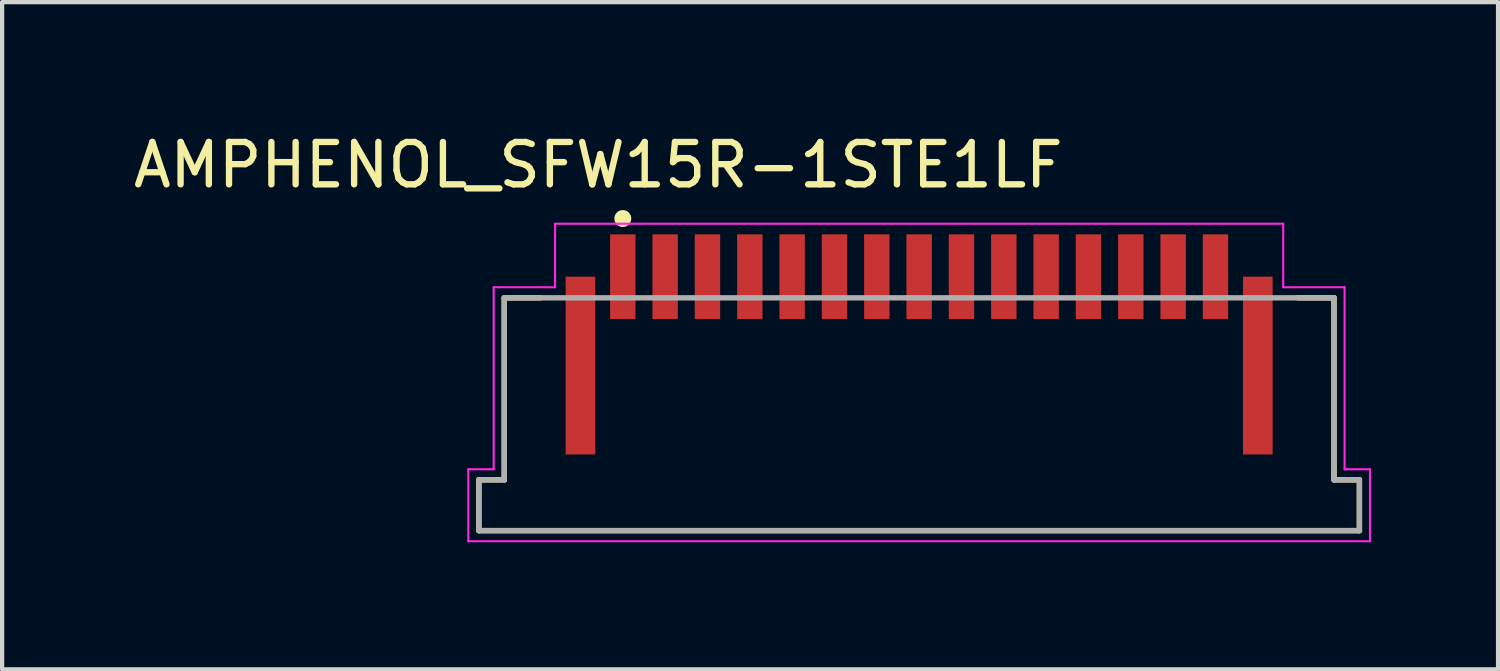
<source format=kicad_pcb>
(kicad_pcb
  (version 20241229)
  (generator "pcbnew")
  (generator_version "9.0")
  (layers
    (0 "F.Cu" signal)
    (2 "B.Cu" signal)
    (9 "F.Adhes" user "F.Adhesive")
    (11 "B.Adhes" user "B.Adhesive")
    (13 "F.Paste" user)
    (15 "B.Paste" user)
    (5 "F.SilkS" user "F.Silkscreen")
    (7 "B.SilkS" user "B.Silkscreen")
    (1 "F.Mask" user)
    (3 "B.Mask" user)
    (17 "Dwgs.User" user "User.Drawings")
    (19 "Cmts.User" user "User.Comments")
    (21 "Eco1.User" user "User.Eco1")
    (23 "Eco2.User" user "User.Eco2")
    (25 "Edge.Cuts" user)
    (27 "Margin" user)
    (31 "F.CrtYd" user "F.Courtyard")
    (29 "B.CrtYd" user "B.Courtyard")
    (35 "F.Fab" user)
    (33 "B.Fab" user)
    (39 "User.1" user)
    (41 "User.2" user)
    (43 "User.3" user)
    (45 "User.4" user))
  (footprint "AMPHENOL_SFW15R-1STE1LF"
    (layer "F.Cu")
    (at 18.662 3.485)
    (property "Reference" "AMPHENOL_SFW15R-1STE1LF" (at -7.579 -2.636 0) (layer "F.SilkS") (effects (font (size 1.001 1.001) (thickness 0.15))))
    (attr through_hole)
    (fp_line (start -10.4 4.8) (end -9.8 4.8) (stroke (width 0.127) (type solid)) (layer "F.SilkS"))
    (fp_line (start -10.4 6) (end -10.4 4.8) (stroke (width 0.127) (type solid)) (layer "F.SilkS"))
    (fp_line (start -9.8 0.5) (end -8.946 0.5) (stroke (width 0.127) (type solid)) (layer "F.SilkS"))
    (fp_line (start -9.8 4.8) (end -9.8 0.5) (stroke (width 0.127) (type solid)) (layer "F.SilkS"))
    (fp_line (start 9.8 0.5) (end 8.946 0.5) (stroke (width 0.127) (type solid)) (layer "F.SilkS"))
    (fp_line (start 9.8 0.5) (end 9.8 4.8) (stroke (width 0.127) (type solid)) (layer "F.SilkS"))
    (fp_line (start 9.8 4.8) (end 10.4 4.8) (stroke (width 0.127) (type solid)) (layer "F.SilkS"))
    (fp_line (start 10.4 4.8) (end 10.4 6) (stroke (width 0.127) (type solid)) (layer "F.SilkS"))
    (fp_line (start 10.4 6) (end -10.4 6) (stroke (width 0.127) (type solid)) (layer "F.SilkS"))
    (fp_circle (center -7 -1.373) (end -6.9 -1.373) (stroke (width 0.2) (type solid)) (fill no) (layer "F.SilkS"))
    (fp_line (start -10.65 4.55) (end -10.05 4.55) (stroke (width 0.05) (type solid)) (layer "F.CrtYd"))
    (fp_line (start -10.65 6.25) (end -10.65 4.55) (stroke (width 0.05) (type solid)) (layer "F.CrtYd"))
    (fp_line (start -10.05 0.25) (end -8.6 0.25) (stroke (width 0.05) (type solid)) (layer "F.CrtYd"))
    (fp_line (start -10.05 4.55) (end -10.05 0.25) (stroke (width 0.05) (type solid)) (layer "F.CrtYd"))
    (fp_line (start -8.6 -1.25) (end 8.6 -1.25) (stroke (width 0.05) (type solid)) (layer "F.CrtYd"))
    (fp_line (start -8.6 0.25) (end -8.6 -1.25) (stroke (width 0.05) (type solid)) (layer "F.CrtYd"))
    (fp_line (start 8.6 -1.25) (end 8.6 0.25) (stroke (width 0.05) (type solid)) (layer "F.CrtYd"))
    (fp_line (start 8.6 0.25) (end 10.05 0.25) (stroke (width 0.05) (type solid)) (layer "F.CrtYd"))
    (fp_line (start 10.05 0.25) (end 10.05 4.55) (stroke (width 0.05) (type solid)) (layer "F.CrtYd"))
    (fp_line (start 10.05 4.55) (end 10.65 4.55) (stroke (width 0.05) (type solid)) (layer "F.CrtYd"))
    (fp_line (start 10.65 4.55) (end 10.65 6.25) (stroke (width 0.05) (type solid)) (layer "F.CrtYd"))
    (fp_line (start 10.65 6.25) (end -10.65 6.25) (stroke (width 0.05) (type solid)) (layer "F.CrtYd"))
    (fp_line (start -10.4 4.8) (end -9.8 4.8) (stroke (width 0.127) (type solid)) (layer "F.Fab"))
    (fp_line (start -10.4 6) (end -10.4 4.8) (stroke (width 0.127) (type solid)) (layer "F.Fab"))
    (fp_line (start -9.8 0.5) (end 9.8 0.5) (stroke (width 0.127) (type solid)) (layer "F.Fab"))
    (fp_line (start -9.8 4.8) (end -9.8 0.5) (stroke (width 0.127) (type solid)) (layer "F.Fab"))
    (fp_line (start 9.8 0.5) (end 9.8 4.8) (stroke (width 0.127) (type solid)) (layer "F.Fab"))
    (fp_line (start 9.8 4.8) (end 10.4 4.8) (stroke (width 0.127) (type solid)) (layer "F.Fab"))
    (fp_line (start 10.4 4.8) (end 10.4 6) (stroke (width 0.127) (type solid)) (layer "F.Fab"))
    (fp_line (start 10.4 6) (end -10.4 6) (stroke (width 0.127) (type solid)) (layer "F.Fab"))
    (pad "1" smd rect (at -7 0) (size 0.6 2) (layers "F.Cu" "F.Mask" "F.Paste"))
    (pad "2" smd rect (at -6 0) (size 0.6 2) (layers "F.Cu" "F.Mask" "F.Paste"))
    (pad "3" smd rect (at -5 0) (size 0.6 2) (layers "F.Cu" "F.Mask" "F.Paste"))
    (pad "4" smd rect (at -4 0) (size 0.6 2) (layers "F.Cu" "F.Mask" "F.Paste"))
    (pad "5" smd rect (at -3 0) (size 0.6 2) (layers "F.Cu" "F.Mask" "F.Paste"))
    (pad "6" smd rect (at -2 0) (size 0.6 2) (layers "F.Cu" "F.Mask" "F.Paste"))
    (pad "7" smd rect (at -1 0) (size 0.6 2) (layers "F.Cu" "F.Mask" "F.Paste"))
    (pad "8" smd rect (at 0 0) (size 0.6 2) (layers "F.Cu" "F.Mask" "F.Paste"))
    (pad "9" smd rect (at 1 0) (size 0.6 2) (layers "F.Cu" "F.Mask" "F.Paste"))
    (pad "10" smd rect (at 2 0) (size 0.6 2) (layers "F.Cu" "F.Mask" "F.Paste"))
    (pad "11" smd rect (at 3 0) (size 0.6 2) (layers "F.Cu" "F.Mask" "F.Paste"))
    (pad "12" smd rect (at 4 0) (size 0.6 2) (layers "F.Cu" "F.Mask" "F.Paste"))
    (pad "13" smd rect (at 5 0) (size 0.6 2) (layers "F.Cu" "F.Mask" "F.Paste"))
    (pad "14" smd rect (at 6 0) (size 0.6 2) (layers "F.Cu" "F.Mask" "F.Paste"))
    (pad "15" smd rect (at 7 0) (size 0.6 2) (layers "F.Cu" "F.Mask" "F.Paste"))
    (pad "S1" smd rect (at -8 2.1) (size 0.7 4.2) (layers "F.Cu" "F.Mask" "F.Paste"))
    (pad "S2" smd rect (at 8 2.1) (size 0.7 4.2) (layers "F.Cu" "F.Mask" "F.Paste")))
  (gr_rect
    (start -3 -3)
    (end 32.337 12.76)
    (stroke (width 0.1) (type default))
    (fill no)
    (layer "Edge.Cuts")))
</source>
